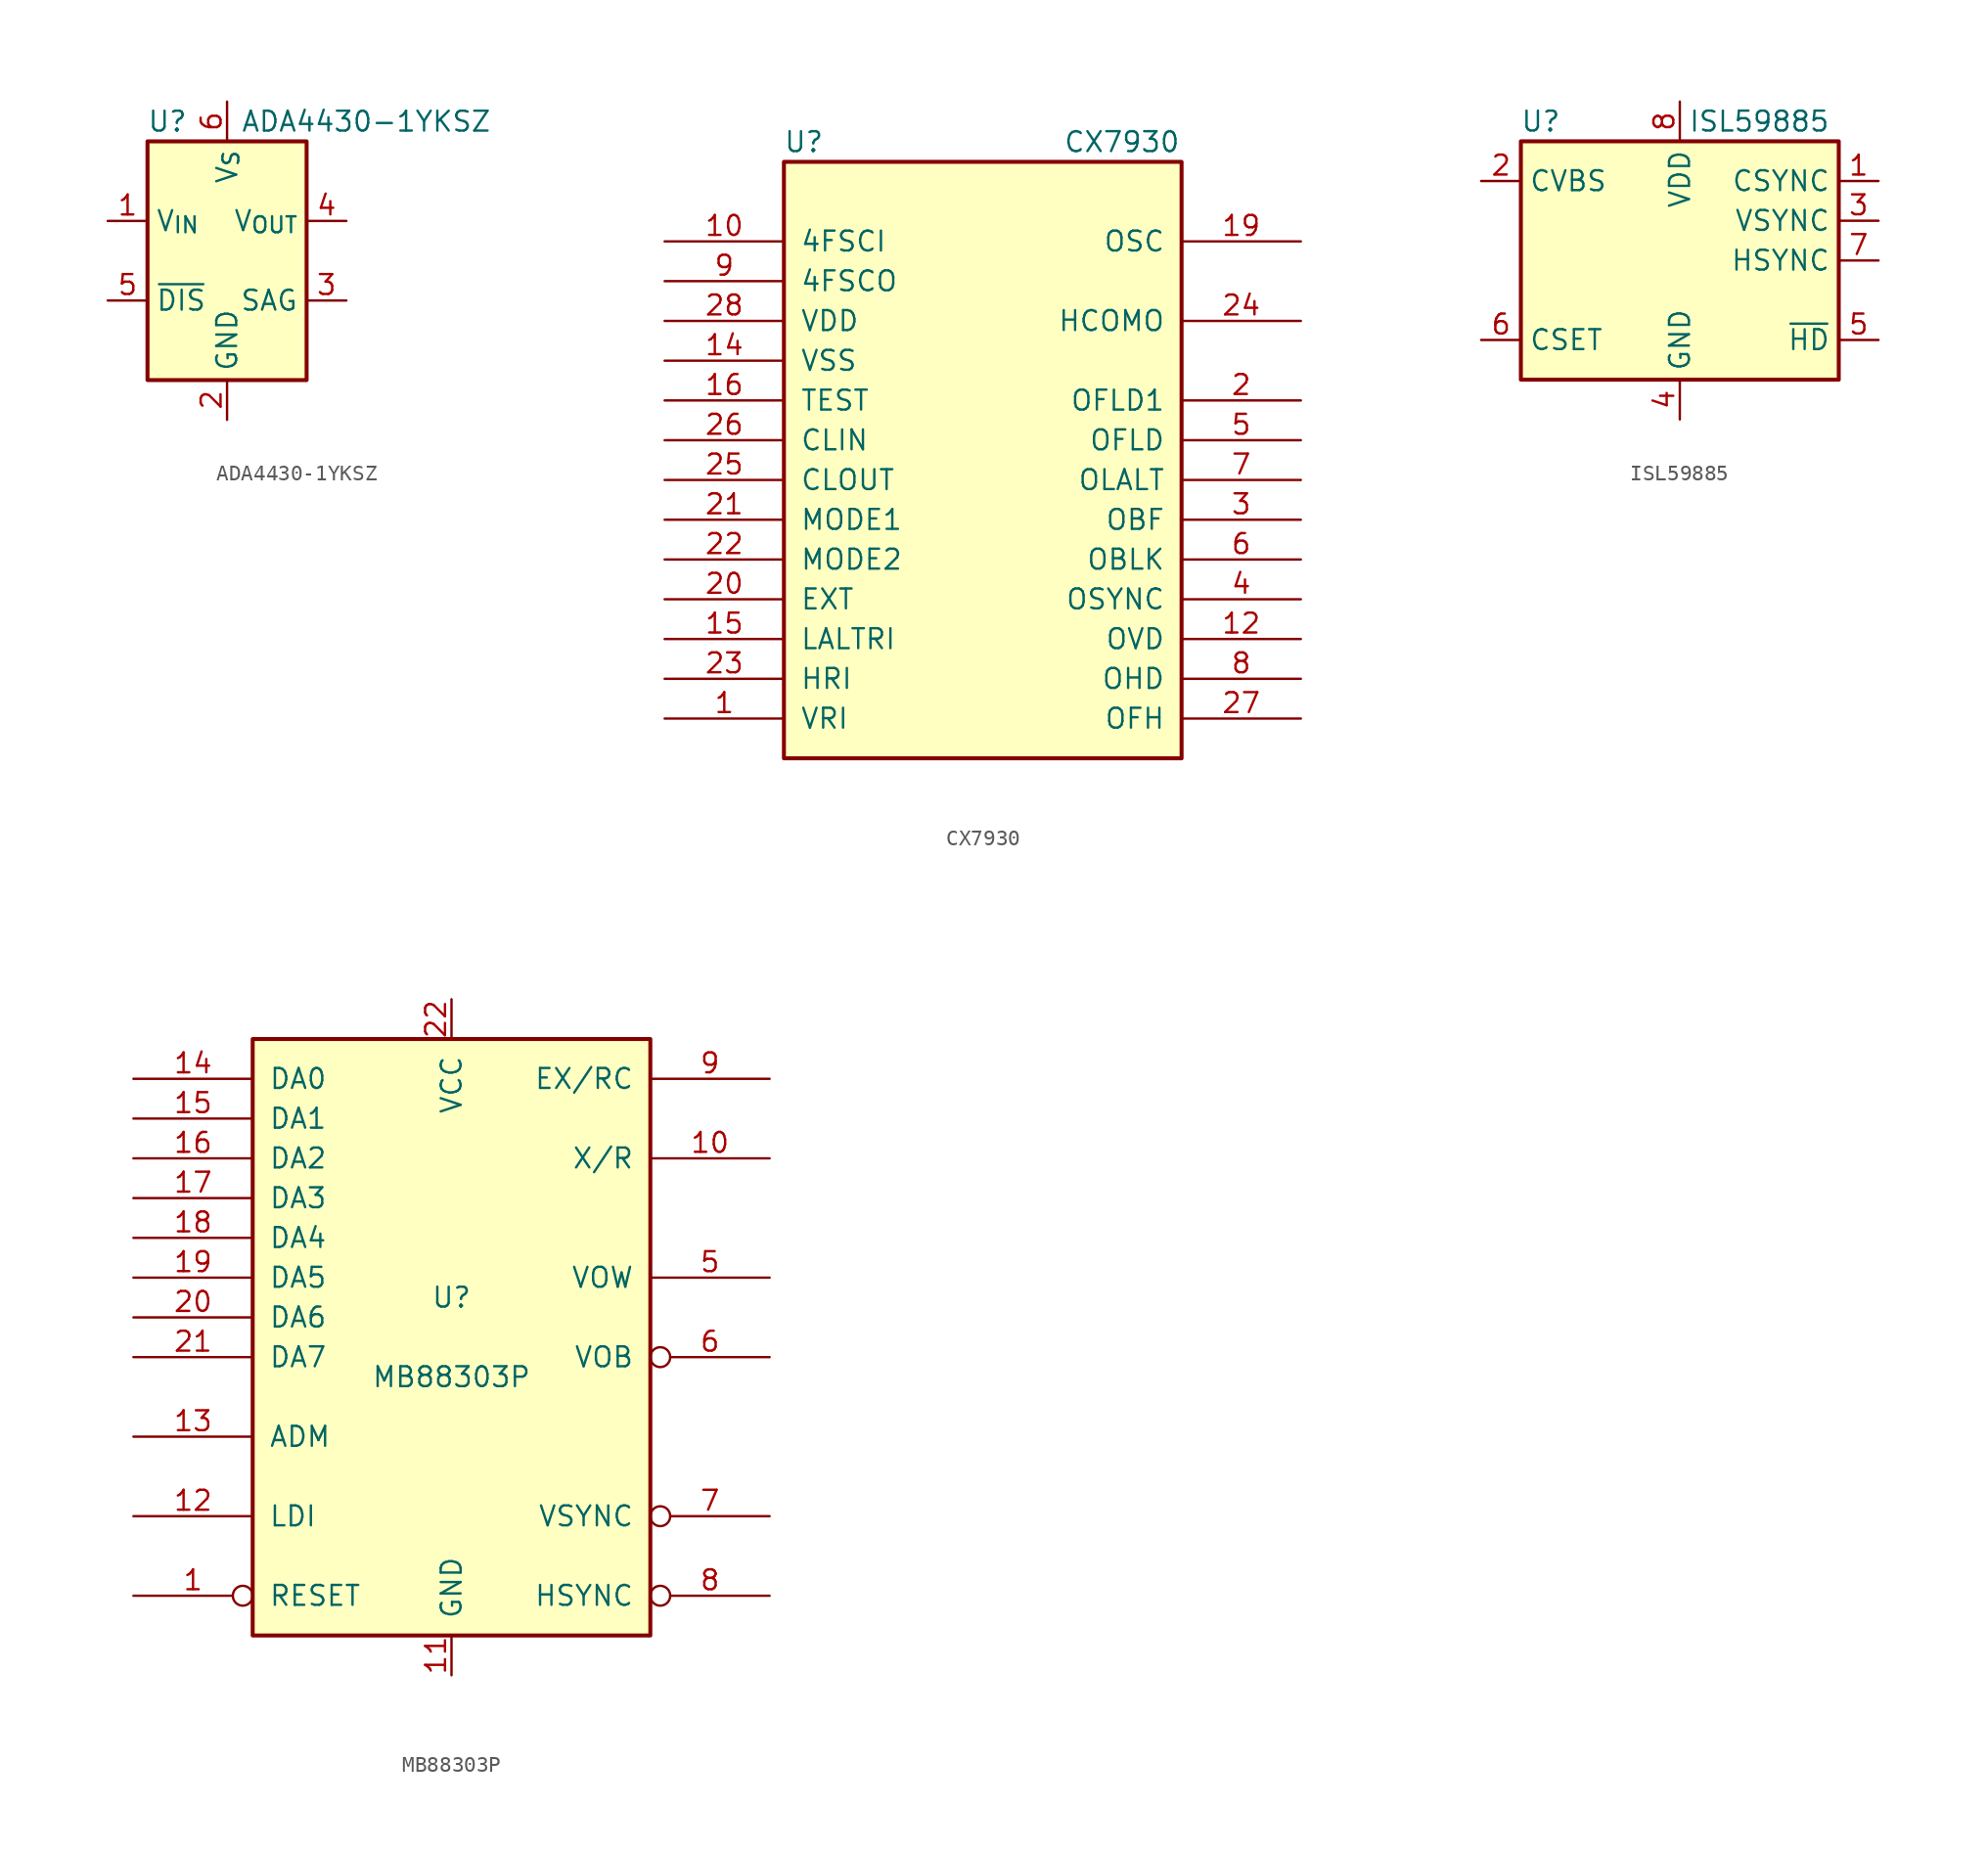
<source format=kicad_sym>
(kicad_symbol_lib
  (version 20241209)
  (generator "kicad_symbol_editor")
  (generator_version "9.0")
  (symbol "ADA4430-1YKSZ"
    (property "Reference" "U"
      (at -3.81 8.89 0)
      (effects (font (size 1.27 1.27))))
    (property "Value" "ADA4430-1YKSZ"
      (at 8.89 8.89 0)
      (effects (font (size 1.27 1.27))))
    (symbol "ADA4430-1YKSZ_0_1"
      (rectangle (start -5.08 7.62) (end 5.08 -7.62) (stroke (width 0.254) (type default)) (fill (type background))))
    (symbol "ADA4430-1YKSZ_1_1"
      (pin input line (at -7.62 2.54 0) (length 2.54) (name "V_{IN}" (effects (font (size 1.27 1.27)))) (number "1" (effects (font (size 1.27 1.27)))))
      (pin input line (at -7.62 -2.54 0) (length 2.54) (name "~{DIS}" (effects (font (size 1.27 1.27)))) (number "5" (effects (font (size 1.27 1.27)))))
      (pin power_in line (at 0 10.16 270) (length 2.54) (name "V_{S}" (effects (font (size 1.27 1.27)))) (number "6" (effects (font (size 1.27 1.27)))))
      (pin power_in line (at 0 -10.16 90) (length 2.54) (name "GND" (effects (font (size 1.27 1.27)))) (number "2" (effects (font (size 1.27 1.27)))))
      (pin output line (at 7.62 2.54 180) (length 2.54) (name "V_{OUT}" (effects (font (size 1.27 1.27)))) (number "4" (effects (font (size 1.27 1.27)))))
      (pin input line (at 7.62 -2.54 180) (length 2.54) (name "SAG" (effects (font (size 1.27 1.27)))) (number "3" (effects (font (size 1.27 1.27)))))))
  (symbol "CX7930"
    (pin_names
      (offset 1.016))
    (property "Reference" "U"
      (at -11.43 20.32 0)
      (effects (font (size 1.27 1.27))))
    (property "Value" "CX7930"
      (at 8.89 20.32 0)
      (effects (font (size 1.27 1.27))))
    (symbol "CX7930_0_1"
      (rectangle (start -12.7 -19.05) (end 12.7 19.05) (stroke (width 0.254) (type default)) (fill (type background))))
    (symbol "CX7930_1_1"
      (pin input line (at -20.32 13.97 0) (length 7.62) (name "4FSCI" (effects (font (size 1.27 1.27)))) (number "10" (effects (font (size 1.27 1.27)))))
      (pin output line (at -20.32 11.43 0) (length 7.62) (name "4FSCO" (effects (font (size 1.27 1.27)))) (number "9" (effects (font (size 1.27 1.27)))))
      (pin input line (at -20.32 8.89 0) (length 7.62) (name "VDD" (effects (font (size 1.27 1.27)))) (number "28" (effects (font (size 1.27 1.27)))))
      (pin input line (at -20.32 6.35 0) (length 7.62) (name "VSS" (effects (font (size 1.27 1.27)))) (number "14" (effects (font (size 1.27 1.27)))))
      (pin input line (at -20.32 3.81 0) (length 7.62) (name "TEST" (effects (font (size 1.27 1.27)))) (number "16" (effects (font (size 1.27 1.27)))))
      (pin input line (at -20.32 1.27 0) (length 7.62) (name "CLIN" (effects (font (size 1.27 1.27)))) (number "26" (effects (font (size 1.27 1.27)))))
      (pin output line (at -20.32 -1.27 0) (length 7.62) (name "CLOUT" (effects (font (size 1.27 1.27)))) (number "25" (effects (font (size 1.27 1.27)))))
      (pin input line (at -20.32 -3.81 0) (length 7.62) (name "MODE1" (effects (font (size 1.27 1.27)))) (number "21" (effects (font (size 1.27 1.27)))))
      (pin input line (at -20.32 -6.35 0) (length 7.62) (name "MODE2" (effects (font (size 1.27 1.27)))) (number "22" (effects (font (size 1.27 1.27)))))
      (pin input line (at -20.32 -8.89 0) (length 7.62) (name "EXT" (effects (font (size 1.27 1.27)))) (number "20" (effects (font (size 1.27 1.27)))))
      (pin input line (at -20.32 -11.43 0) (length 7.62) (name "LALTRI" (effects (font (size 1.27 1.27)))) (number "15" (effects (font (size 1.27 1.27)))))
      (pin input line (at -20.32 -13.97 0) (length 7.62) (name "HRI" (effects (font (size 1.27 1.27)))) (number "23" (effects (font (size 1.27 1.27)))))
      (pin input line (at -20.32 -16.51 0) (length 7.62) (name "VRI" (effects (font (size 1.27 1.27)))) (number "1" (effects (font (size 1.27 1.27)))))
      (pin output line (at 20.32 13.97 180) (length 7.62) (name "OSC" (effects (font (size 1.27 1.27)))) (number "19" (effects (font (size 1.27 1.27)))))
      (pin output line (at 20.32 8.89 180) (length 7.62) (name "HCOMO" (effects (font (size 1.27 1.27)))) (number "24" (effects (font (size 1.27 1.27)))))
      (pin output line (at 20.32 3.81 180) (length 7.62) (name "OFLD1" (effects (font (size 1.27 1.27)))) (number "2" (effects (font (size 1.27 1.27)))))
      (pin output line (at 20.32 1.27 180) (length 7.62) (name "OFLD" (effects (font (size 1.27 1.27)))) (number "5" (effects (font (size 1.27 1.27)))))
      (pin output line (at 20.32 -1.27 180) (length 7.62) (name "OLALT" (effects (font (size 1.27 1.27)))) (number "7" (effects (font (size 1.27 1.27)))))
      (pin output line (at 20.32 -3.81 180) (length 7.62) (name "OBF" (effects (font (size 1.27 1.27)))) (number "3" (effects (font (size 1.27 1.27)))))
      (pin output line (at 20.32 -6.35 180) (length 7.62) (name "OBLK" (effects (font (size 1.27 1.27)))) (number "6" (effects (font (size 1.27 1.27)))))
      (pin output line (at 20.32 -8.89 180) (length 7.62) (name "OSYNC" (effects (font (size 1.27 1.27)))) (number "4" (effects (font (size 1.27 1.27)))))
      (pin output line (at 20.32 -11.43 180) (length 7.62) (name "OVD" (effects (font (size 1.27 1.27)))) (number "12" (effects (font (size 1.27 1.27)))))
      (pin output line (at 20.32 -13.97 180) (length 7.62) (name "OHD" (effects (font (size 1.27 1.27)))) (number "8" (effects (font (size 1.27 1.27)))))
      (pin output line (at 20.32 -16.51 180) (length 7.62) (name "OFH" (effects (font (size 1.27 1.27)))) (number "27" (effects (font (size 1.27 1.27)))))))
  (symbol "ISL59885"
    (property "Reference" "U"
      (at -8.89 8.89 0)
      (effects (font (size 1.27 1.27))))
    (property "Value" "ISL59885"
      (at 5.08 8.89 0)
      (effects (font (size 1.27 1.27))))
    (symbol "ISL59885_0_1"
      (rectangle (start -10.16 7.62) (end 10.16 -7.62) (stroke (width 0.254) (type default)) (fill (type background))))
    (symbol "ISL59885_1_1"
      (pin input line (at -12.7 5.08 0) (length 2.54) (name "CVBS" (effects (font (size 1.27 1.27)))) (number "2" (effects (font (size 1.27 1.27)))))
      (pin passive line (at -12.7 -5.08 0) (length 2.54) (name "CSET" (effects (font (size 1.27 1.27)))) (number "6" (effects (font (size 1.27 1.27)))))
      (pin power_in line (at 0 10.16 270) (length 2.54) (name "VDD" (effects (font (size 1.27 1.27)))) (number "8" (effects (font (size 1.27 1.27)))))
      (pin power_in line (at 0 -10.16 90) (length 2.54) (name "GND" (effects (font (size 1.27 1.27)))) (number "4" (effects (font (size 1.27 1.27)))))
      (pin output line (at 12.7 5.08 180) (length 2.54) (name "CSYNC" (effects (font (size 1.27 1.27)))) (number "1" (effects (font (size 1.27 1.27)))))
      (pin output line (at 12.7 2.54 180) (length 2.54) (name "VSYNC" (effects (font (size 1.27 1.27)))) (number "3" (effects (font (size 1.27 1.27)))))
      (pin output line (at 12.7 0 180) (length 2.54) (name "HSYNC" (effects (font (size 1.27 1.27)))) (number "7" (effects (font (size 1.27 1.27)))))
      (pin output line (at 12.7 -5.08 180) (length 2.54) (name "~{HD}" (effects (font (size 1.27 1.27)))) (number "5" (effects (font (size 1.27 1.27)))))))
  (symbol "MB88303P"
    (pin_names
      (offset 1.016))
    (property "Reference" "U"
      (at 0 2.54 0)
      (effects (font (size 1.27 1.27))))
    (property "Value" "MB88303P"
      (at 0 -2.54 0)
      (effects (font (size 1.27 1.27))))
    (symbol "MB88303P_0_1"
      (rectangle (start -12.7 -19.05) (end 12.7 19.05) (stroke (width 0.254) (type default)) (fill (type background))))
    (symbol "MB88303P_1_1"
      (pin input line (at -20.32 16.51 0) (length 7.62) (name "DA0" (effects (font (size 1.27 1.27)))) (number "14" (effects (font (size 1.27 1.27)))))
      (pin input line (at -20.32 13.97 0) (length 7.62) (name "DA1" (effects (font (size 1.27 1.27)))) (number "15" (effects (font (size 1.27 1.27)))))
      (pin input line (at -20.32 11.43 0) (length 7.62) (name "DA2" (effects (font (size 1.27 1.27)))) (number "16" (effects (font (size 1.27 1.27)))))
      (pin input line (at -20.32 8.89 0) (length 7.62) (name "DA3" (effects (font (size 1.27 1.27)))) (number "17" (effects (font (size 1.27 1.27)))))
      (pin input line (at -20.32 6.35 0) (length 7.62) (name "DA4" (effects (font (size 1.27 1.27)))) (number "18" (effects (font (size 1.27 1.27)))))
      (pin input line (at -20.32 3.81 0) (length 7.62) (name "DA5" (effects (font (size 1.27 1.27)))) (number "19" (effects (font (size 1.27 1.27)))))
      (pin input line (at -20.32 1.27 0) (length 7.62) (name "DA6" (effects (font (size 1.27 1.27)))) (number "20" (effects (font (size 1.27 1.27)))))
      (pin input line (at -20.32 -1.27 0) (length 7.62) (name "DA7" (effects (font (size 1.27 1.27)))) (number "21" (effects (font (size 1.27 1.27)))))
      (pin input line (at -20.32 -6.35 0) (length 7.62) (name "ADM" (effects (font (size 1.27 1.27)))) (number "13" (effects (font (size 1.27 1.27)))))
      (pin input line (at -20.32 -11.43 0) (length 7.62) (name "LDI" (effects (font (size 1.27 1.27)))) (number "12" (effects (font (size 1.27 1.27)))))
      (pin input inverted (at -20.32 -16.51 0) (length 7.62) (name "RESET" (effects (font (size 1.27 1.27)))) (number "1" (effects (font (size 1.27 1.27)))))
      (pin power_in line (at 0 21.59 270) (length 2.54) (name "VCC" (effects (font (size 1.27 1.27)))) (number "22" (effects (font (size 1.27 1.27)))))
      (pin power_in line (at 0 -21.59 90) (length 2.54) (name "GND" (effects (font (size 1.27 1.27)))) (number "11" (effects (font (size 1.27 1.27)))))
      (pin input line (at 20.32 16.51 180) (length 7.62) (name "EX/RC" (effects (font (size 1.27 1.27)))) (number "9" (effects (font (size 1.27 1.27)))))
      (pin output line (at 20.32 11.43 180) (length 7.62) (name "X/R" (effects (font (size 1.27 1.27)))) (number "10" (effects (font (size 1.27 1.27)))))
      (pin output line (at 20.32 3.81 180) (length 7.62) (name "VOW" (effects (font (size 1.27 1.27)))) (number "5" (effects (font (size 1.27 1.27)))))
      (pin output inverted (at 20.32 -1.27 180) (length 7.62) (name "VOB" (effects (font (size 1.27 1.27)))) (number "6" (effects (font (size 1.27 1.27)))))
      (pin input inverted (at 20.32 -11.43 180) (length 7.62) (name "VSYNC" (effects (font (size 1.27 1.27)))) (number "7" (effects (font (size 1.27 1.27)))))
      (pin input inverted (at 20.32 -16.51 180) (length 7.62) (name "HSYNC" (effects (font (size 1.27 1.27)))) (number "8" (effects (font (size 1.27 1.27))))))))
</source>
